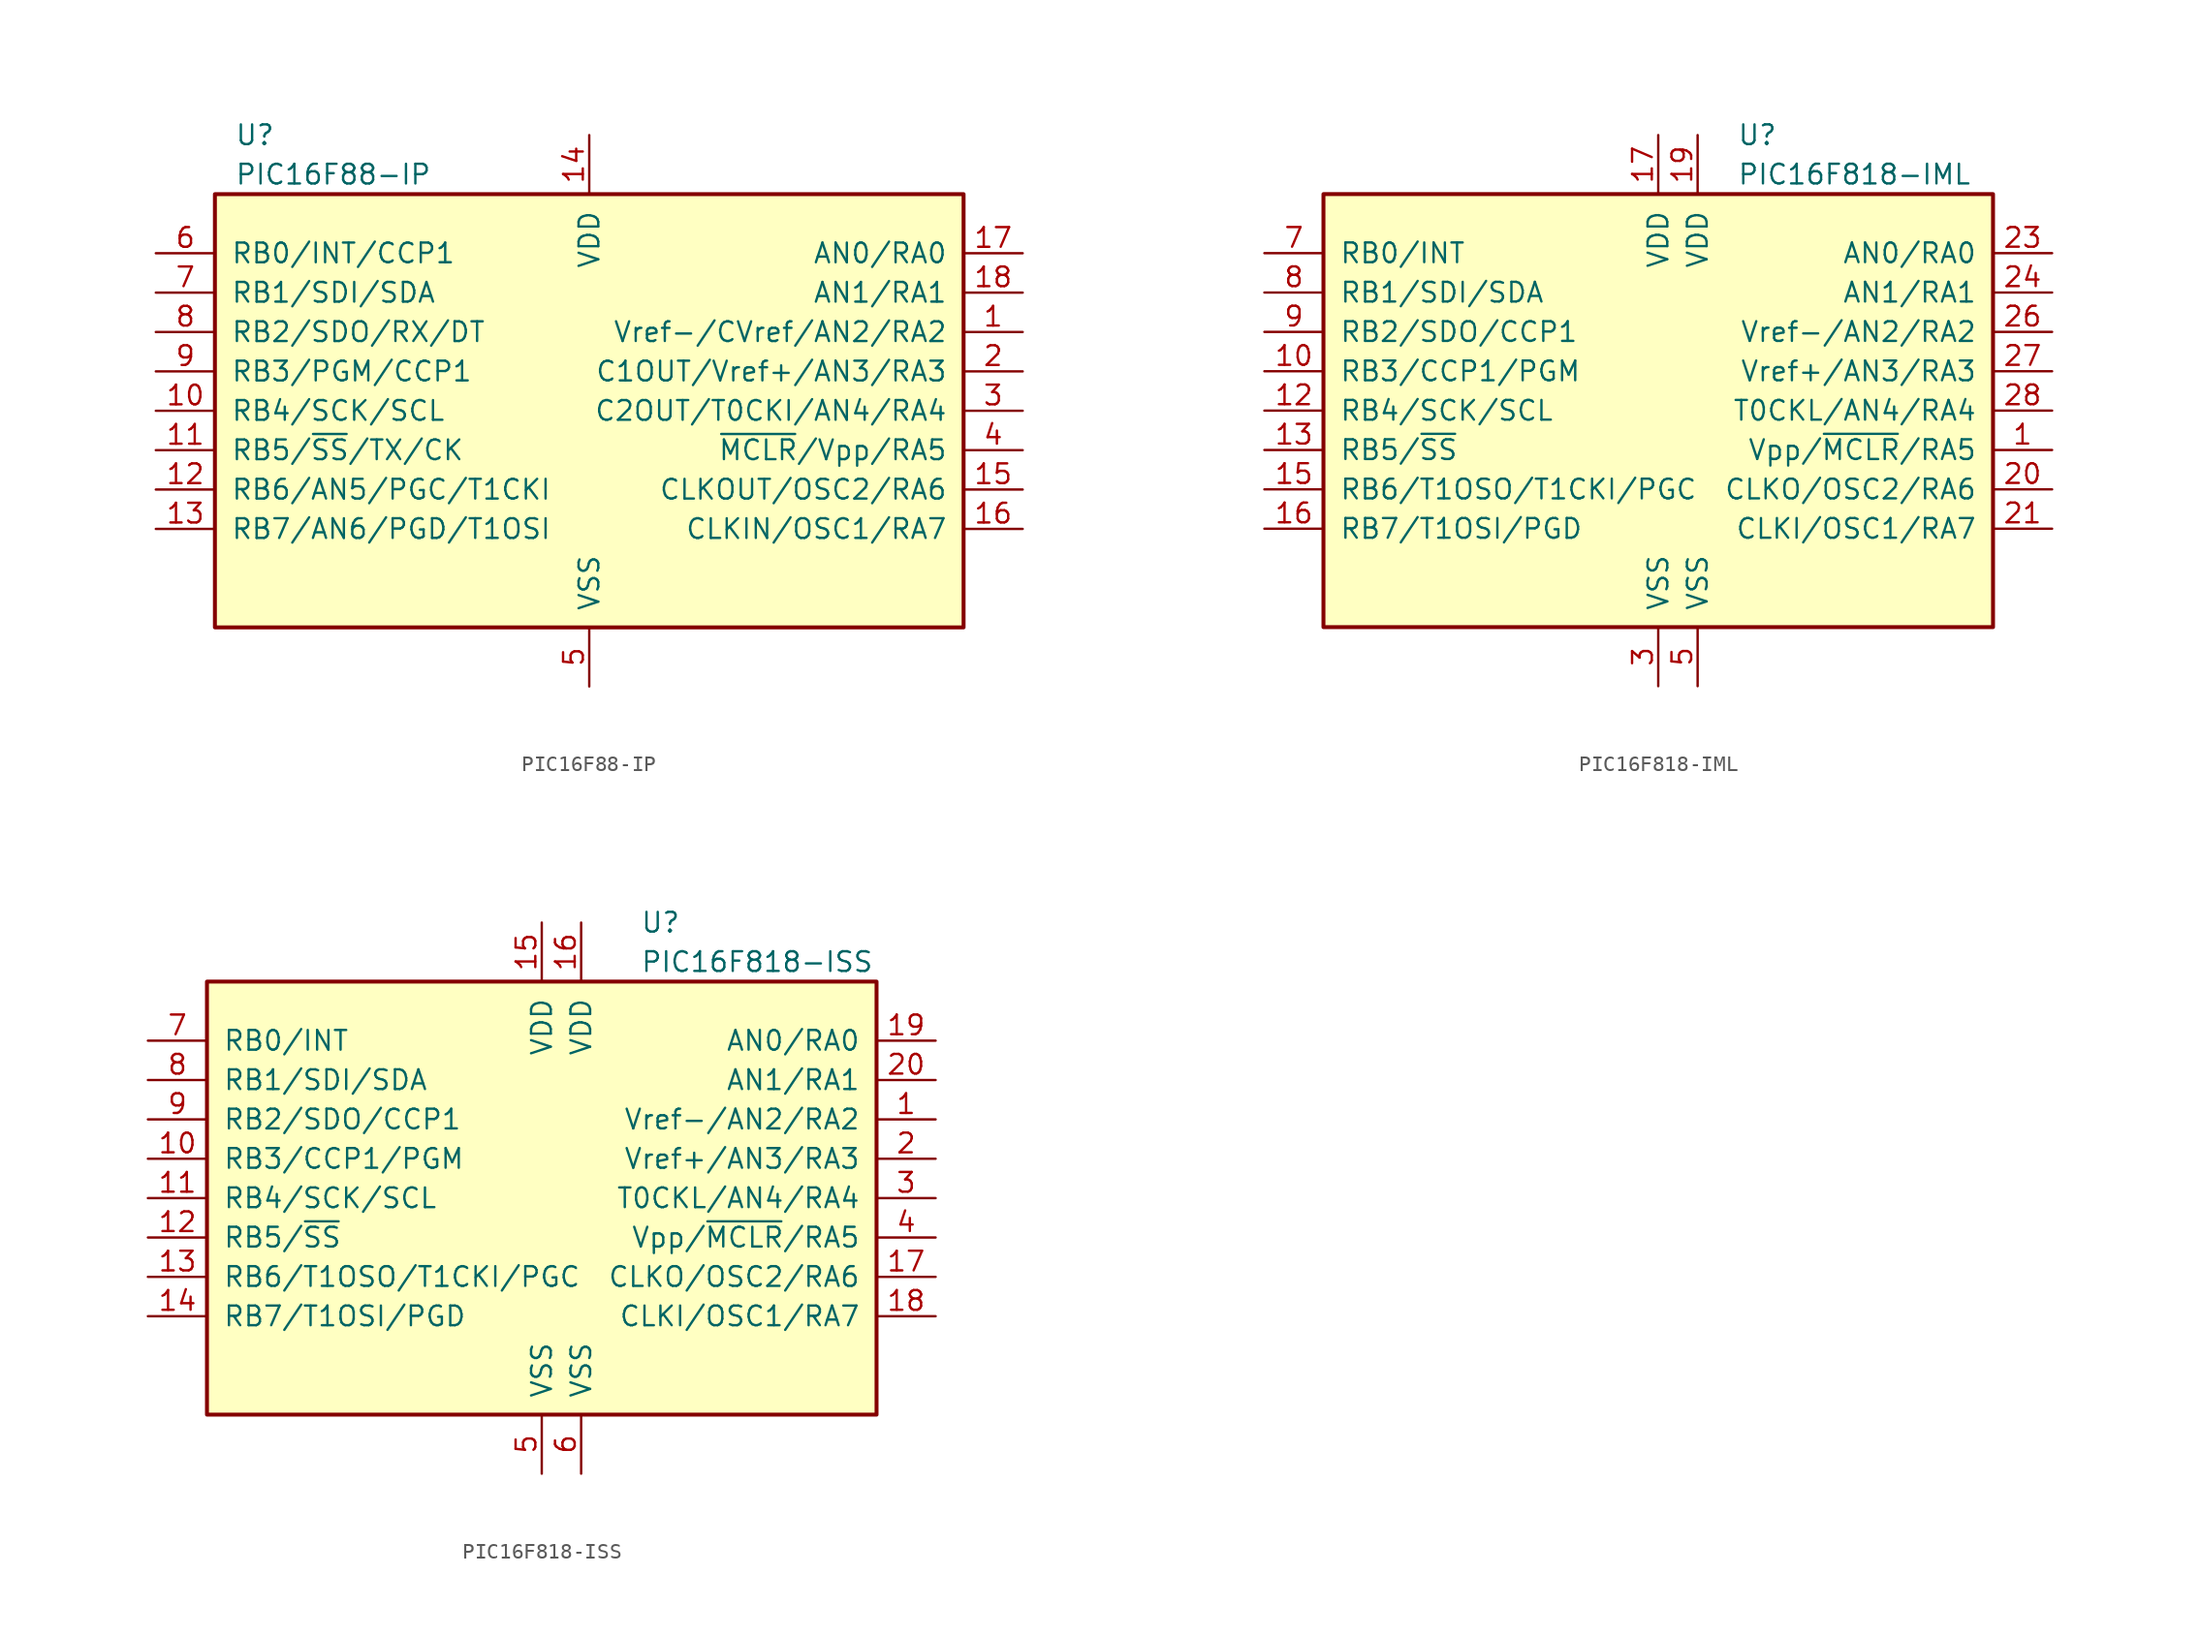
<source format=kicad_sym>
(kicad_symbol_lib
  (version 20241209)
  (generator "kicad_symbol_editor")
  (generator_version "9.0")
  (symbol "PIC16F88-IP"
    (pin_names
      (offset 1.016))
    (property "Reference" "U"
      (at -22.86 17.78 0)
      (effects (font (size 1.27 1.27)) (justify left)))
    (property "Value" "PIC16F88-IP"
      (at -22.86 15.24 0)
      (effects (font (size 1.27 1.27)) (justify left)))
    (symbol "PIC16F88-IP_0_1"
      (rectangle (start 24.13 13.97) (end -24.13 -13.97) (stroke (width 0.254) (type default)) (fill (type background))))
    (symbol "PIC16F88-IP_1_1"
      (pin bidirectional line (at -27.94 10.16 0) (length 3.81) (name "RB0/INT/CCP1" (effects (font (size 1.27 1.27)))) (number "6" (effects (font (size 1.27 1.27)))))
      (pin bidirectional line (at -27.94 7.62 0) (length 3.81) (name "RB1/SDI/SDA" (effects (font (size 1.27 1.27)))) (number "7" (effects (font (size 1.27 1.27)))))
      (pin bidirectional line (at -27.94 5.08 0) (length 3.81) (name "RB2/SDO/RX/DT" (effects (font (size 1.27 1.27)))) (number "8" (effects (font (size 1.27 1.27)))))
      (pin bidirectional line (at -27.94 2.54 0) (length 3.81) (name "RB3/PGM/CCP1" (effects (font (size 1.27 1.27)))) (number "9" (effects (font (size 1.27 1.27)))))
      (pin bidirectional line (at -27.94 0 0) (length 3.81) (name "RB4/SCK/SCL" (effects (font (size 1.27 1.27)))) (number "10" (effects (font (size 1.27 1.27)))))
      (pin bidirectional line (at -27.94 -2.54 0) (length 3.81) (name "RB5/~{SS}/TX/CK" (effects (font (size 1.27 1.27)))) (number "11" (effects (font (size 1.27 1.27)))))
      (pin bidirectional line (at -27.94 -5.08 0) (length 3.81) (name "RB6/AN5/PGC/T1CKI" (effects (font (size 1.27 1.27)))) (number "12" (effects (font (size 1.27 1.27)))))
      (pin bidirectional line (at -27.94 -7.62 0) (length 3.81) (name "RB7/AN6/PGD/T1OSI" (effects (font (size 1.27 1.27)))) (number "13" (effects (font (size 1.27 1.27)))))
      (pin power_in line (at 0 17.78 270) (length 3.81) (name "VDD" (effects (font (size 1.27 1.27)))) (number "14" (effects (font (size 1.27 1.27)))))
      (pin power_in line (at 0 -17.78 90) (length 3.81) (name "VSS" (effects (font (size 1.27 1.27)))) (number "5" (effects (font (size 1.27 1.27)))))
      (pin bidirectional line (at 27.94 10.16 180) (length 3.81) (name "AN0/RA0" (effects (font (size 1.27 1.27)))) (number "17" (effects (font (size 1.27 1.27)))))
      (pin bidirectional line (at 27.94 7.62 180) (length 3.81) (name "AN1/RA1" (effects (font (size 1.27 1.27)))) (number "18" (effects (font (size 1.27 1.27)))))
      (pin bidirectional line (at 27.94 5.08 180) (length 3.81) (name "Vref-/CVref/AN2/RA2" (effects (font (size 1.27 1.27)))) (number "1" (effects (font (size 1.27 1.27)))))
      (pin bidirectional line (at 27.94 2.54 180) (length 3.81) (name "C1OUT/Vref+/AN3/RA3" (effects (font (size 1.27 1.27)))) (number "2" (effects (font (size 1.27 1.27)))))
      (pin bidirectional line (at 27.94 0 180) (length 3.81) (name "C2OUT/T0CKI/AN4/RA4" (effects (font (size 1.27 1.27)))) (number "3" (effects (font (size 1.27 1.27)))))
      (pin input line (at 27.94 -2.54 180) (length 3.81) (name "~{MCLR}/Vpp/RA5" (effects (font (size 1.27 1.27)))) (number "4" (effects (font (size 1.27 1.27)))))
      (pin bidirectional line (at 27.94 -5.08 180) (length 3.81) (name "CLKOUT/OSC2/RA6" (effects (font (size 1.27 1.27)))) (number "15" (effects (font (size 1.27 1.27)))))
      (pin bidirectional line (at 27.94 -7.62 180) (length 3.81) (name "CLKIN/OSC1/RA7" (effects (font (size 1.27 1.27)))) (number "16" (effects (font (size 1.27 1.27)))))))
  (symbol "PIC16F818-IML"
    (pin_names
      (offset 1.016))
    (property "Reference" "U"
      (at 5.08 17.78 0)
      (effects (font (size 1.27 1.27)) (justify left)))
    (property "Value" "PIC16F818-IML"
      (at 5.08 15.24 0)
      (effects (font (size 1.27 1.27)) (justify left)))
    (symbol "PIC16F818-IML_0_1"
      (rectangle (start -21.59 13.97) (end 21.59 -13.97) (stroke (width 0.254) (type default)) (fill (type background))))
    (symbol "PIC16F818-IML_1_1"
      (pin bidirectional line (at -25.4 10.16 0) (length 3.81) (name "RB0/INT" (effects (font (size 1.27 1.27)))) (number "7" (effects (font (size 1.27 1.27)))))
      (pin bidirectional line (at -25.4 7.62 0) (length 3.81) (name "RB1/SDI/SDA" (effects (font (size 1.27 1.27)))) (number "8" (effects (font (size 1.27 1.27)))))
      (pin bidirectional line (at -25.4 5.08 0) (length 3.81) (name "RB2/SDO/CCP1" (effects (font (size 1.27 1.27)))) (number "9" (effects (font (size 1.27 1.27)))))
      (pin bidirectional line (at -25.4 2.54 0) (length 3.81) (name "RB3/CCP1/PGM" (effects (font (size 1.27 1.27)))) (number "10" (effects (font (size 1.27 1.27)))))
      (pin bidirectional line (at -25.4 0 0) (length 3.81) (name "RB4/SCK/SCL" (effects (font (size 1.27 1.27)))) (number "12" (effects (font (size 1.27 1.27)))))
      (pin bidirectional line (at -25.4 -2.54 0) (length 3.81) (name "RB5/~{SS}" (effects (font (size 1.27 1.27)))) (number "13" (effects (font (size 1.27 1.27)))))
      (pin bidirectional line (at -25.4 -5.08 0) (length 3.81) (name "RB6/T1OSO/T1CKI/PGC" (effects (font (size 1.27 1.27)))) (number "15" (effects (font (size 1.27 1.27)))))
      (pin bidirectional line (at -25.4 -7.62 0) (length 3.81) (name "RB7/T1OSI/PGD" (effects (font (size 1.27 1.27)))) (number "16" (effects (font (size 1.27 1.27)))))
      (pin power_in line (at 0 17.78 270) (length 3.81) (name "VDD" (effects (font (size 1.27 1.27)))) (number "17" (effects (font (size 1.27 1.27)))))
      (pin power_in line (at 0 -17.78 90) (length 3.81) (name "VSS" (effects (font (size 1.27 1.27)))) (number "3" (effects (font (size 1.27 1.27)))))
      (pin power_in line (at 2.54 17.78 270) (length 3.81) (name "VDD" (effects (font (size 1.27 1.27)))) (number "19" (effects (font (size 1.27 1.27)))))
      (pin power_in line (at 2.54 -17.78 90) (length 3.81) (name "VSS" (effects (font (size 1.27 1.27)))) (number "5" (effects (font (size 1.27 1.27)))))
      (pin bidirectional line (at 25.4 10.16 180) (length 3.81) (name "AN0/RA0" (effects (font (size 1.27 1.27)))) (number "23" (effects (font (size 1.27 1.27)))))
      (pin bidirectional line (at 25.4 7.62 180) (length 3.81) (name "AN1/RA1" (effects (font (size 1.27 1.27)))) (number "24" (effects (font (size 1.27 1.27)))))
      (pin bidirectional line (at 25.4 5.08 180) (length 3.81) (name "Vref-/AN2/RA2" (effects (font (size 1.27 1.27)))) (number "26" (effects (font (size 1.27 1.27)))))
      (pin bidirectional line (at 25.4 2.54 180) (length 3.81) (name "Vref+/AN3/RA3" (effects (font (size 1.27 1.27)))) (number "27" (effects (font (size 1.27 1.27)))))
      (pin bidirectional line (at 25.4 0 180) (length 3.81) (name "T0CKL/AN4/RA4" (effects (font (size 1.27 1.27)))) (number "28" (effects (font (size 1.27 1.27)))))
      (pin input line (at 25.4 -2.54 180) (length 3.81) (name "Vpp/~{MCLR}/RA5" (effects (font (size 1.27 1.27)))) (number "1" (effects (font (size 1.27 1.27)))))
      (pin bidirectional line (at 25.4 -5.08 180) (length 3.81) (name "CLKO/OSC2/RA6" (effects (font (size 1.27 1.27)))) (number "20" (effects (font (size 1.27 1.27)))))
      (pin bidirectional line (at 25.4 -7.62 180) (length 3.81) (name "CLKI/OSC1/RA7" (effects (font (size 1.27 1.27)))) (number "21" (effects (font (size 1.27 1.27)))))))
  (symbol "PIC16F818-ISS"
    (pin_names
      (offset 1.016))
    (property "Reference" "U"
      (at 6.35 17.78 0)
      (effects (font (size 1.27 1.27)) (justify left)))
    (property "Value" "PIC16F818-ISS"
      (at 6.35 15.24 0)
      (effects (font (size 1.27 1.27)) (justify left)))
    (symbol "PIC16F818-ISS_0_1"
      (rectangle (start -21.59 13.97) (end 21.59 -13.97) (stroke (width 0.254) (type default)) (fill (type background))))
    (symbol "PIC16F818-ISS_1_1"
      (pin bidirectional line (at -25.4 10.16 0) (length 3.81) (name "RB0/INT" (effects (font (size 1.27 1.27)))) (number "7" (effects (font (size 1.27 1.27)))))
      (pin bidirectional line (at -25.4 7.62 0) (length 3.81) (name "RB1/SDI/SDA" (effects (font (size 1.27 1.27)))) (number "8" (effects (font (size 1.27 1.27)))))
      (pin bidirectional line (at -25.4 5.08 0) (length 3.81) (name "RB2/SDO/CCP1" (effects (font (size 1.27 1.27)))) (number "9" (effects (font (size 1.27 1.27)))))
      (pin bidirectional line (at -25.4 2.54 0) (length 3.81) (name "RB3/CCP1/PGM" (effects (font (size 1.27 1.27)))) (number "10" (effects (font (size 1.27 1.27)))))
      (pin bidirectional line (at -25.4 0 0) (length 3.81) (name "RB4/SCK/SCL" (effects (font (size 1.27 1.27)))) (number "11" (effects (font (size 1.27 1.27)))))
      (pin bidirectional line (at -25.4 -2.54 0) (length 3.81) (name "RB5/~{SS}" (effects (font (size 1.27 1.27)))) (number "12" (effects (font (size 1.27 1.27)))))
      (pin bidirectional line (at -25.4 -5.08 0) (length 3.81) (name "RB6/T1OSO/T1CKI/PGC" (effects (font (size 1.27 1.27)))) (number "13" (effects (font (size 1.27 1.27)))))
      (pin bidirectional line (at -25.4 -7.62 0) (length 3.81) (name "RB7/T1OSI/PGD" (effects (font (size 1.27 1.27)))) (number "14" (effects (font (size 1.27 1.27)))))
      (pin power_in line (at 0 17.78 270) (length 3.81) (name "VDD" (effects (font (size 1.27 1.27)))) (number "15" (effects (font (size 1.27 1.27)))))
      (pin power_in line (at 0 -17.78 90) (length 3.81) (name "VSS" (effects (font (size 1.27 1.27)))) (number "5" (effects (font (size 1.27 1.27)))))
      (pin power_in line (at 2.54 17.78 270) (length 3.81) (name "VDD" (effects (font (size 1.27 1.27)))) (number "16" (effects (font (size 1.27 1.27)))))
      (pin power_in line (at 2.54 -17.78 90) (length 3.81) (name "VSS" (effects (font (size 1.27 1.27)))) (number "6" (effects (font (size 1.27 1.27)))))
      (pin bidirectional line (at 25.4 10.16 180) (length 3.81) (name "AN0/RA0" (effects (font (size 1.27 1.27)))) (number "19" (effects (font (size 1.27 1.27)))))
      (pin bidirectional line (at 25.4 7.62 180) (length 3.81) (name "AN1/RA1" (effects (font (size 1.27 1.27)))) (number "20" (effects (font (size 1.27 1.27)))))
      (pin bidirectional line (at 25.4 5.08 180) (length 3.81) (name "Vref-/AN2/RA2" (effects (font (size 1.27 1.27)))) (number "1" (effects (font (size 1.27 1.27)))))
      (pin bidirectional line (at 25.4 2.54 180) (length 3.81) (name "Vref+/AN3/RA3" (effects (font (size 1.27 1.27)))) (number "2" (effects (font (size 1.27 1.27)))))
      (pin bidirectional line (at 25.4 0 180) (length 3.81) (name "T0CKL/AN4/RA4" (effects (font (size 1.27 1.27)))) (number "3" (effects (font (size 1.27 1.27)))))
      (pin input line (at 25.4 -2.54 180) (length 3.81) (name "Vpp/~{MCLR}/RA5" (effects (font (size 1.27 1.27)))) (number "4" (effects (font (size 1.27 1.27)))))
      (pin bidirectional line (at 25.4 -5.08 180) (length 3.81) (name "CLKO/OSC2/RA6" (effects (font (size 1.27 1.27)))) (number "17" (effects (font (size 1.27 1.27)))))
      (pin bidirectional line (at 25.4 -7.62 180) (length 3.81) (name "CLKI/OSC1/RA7" (effects (font (size 1.27 1.27)))) (number "18" (effects (font (size 1.27 1.27))))))))
</source>
